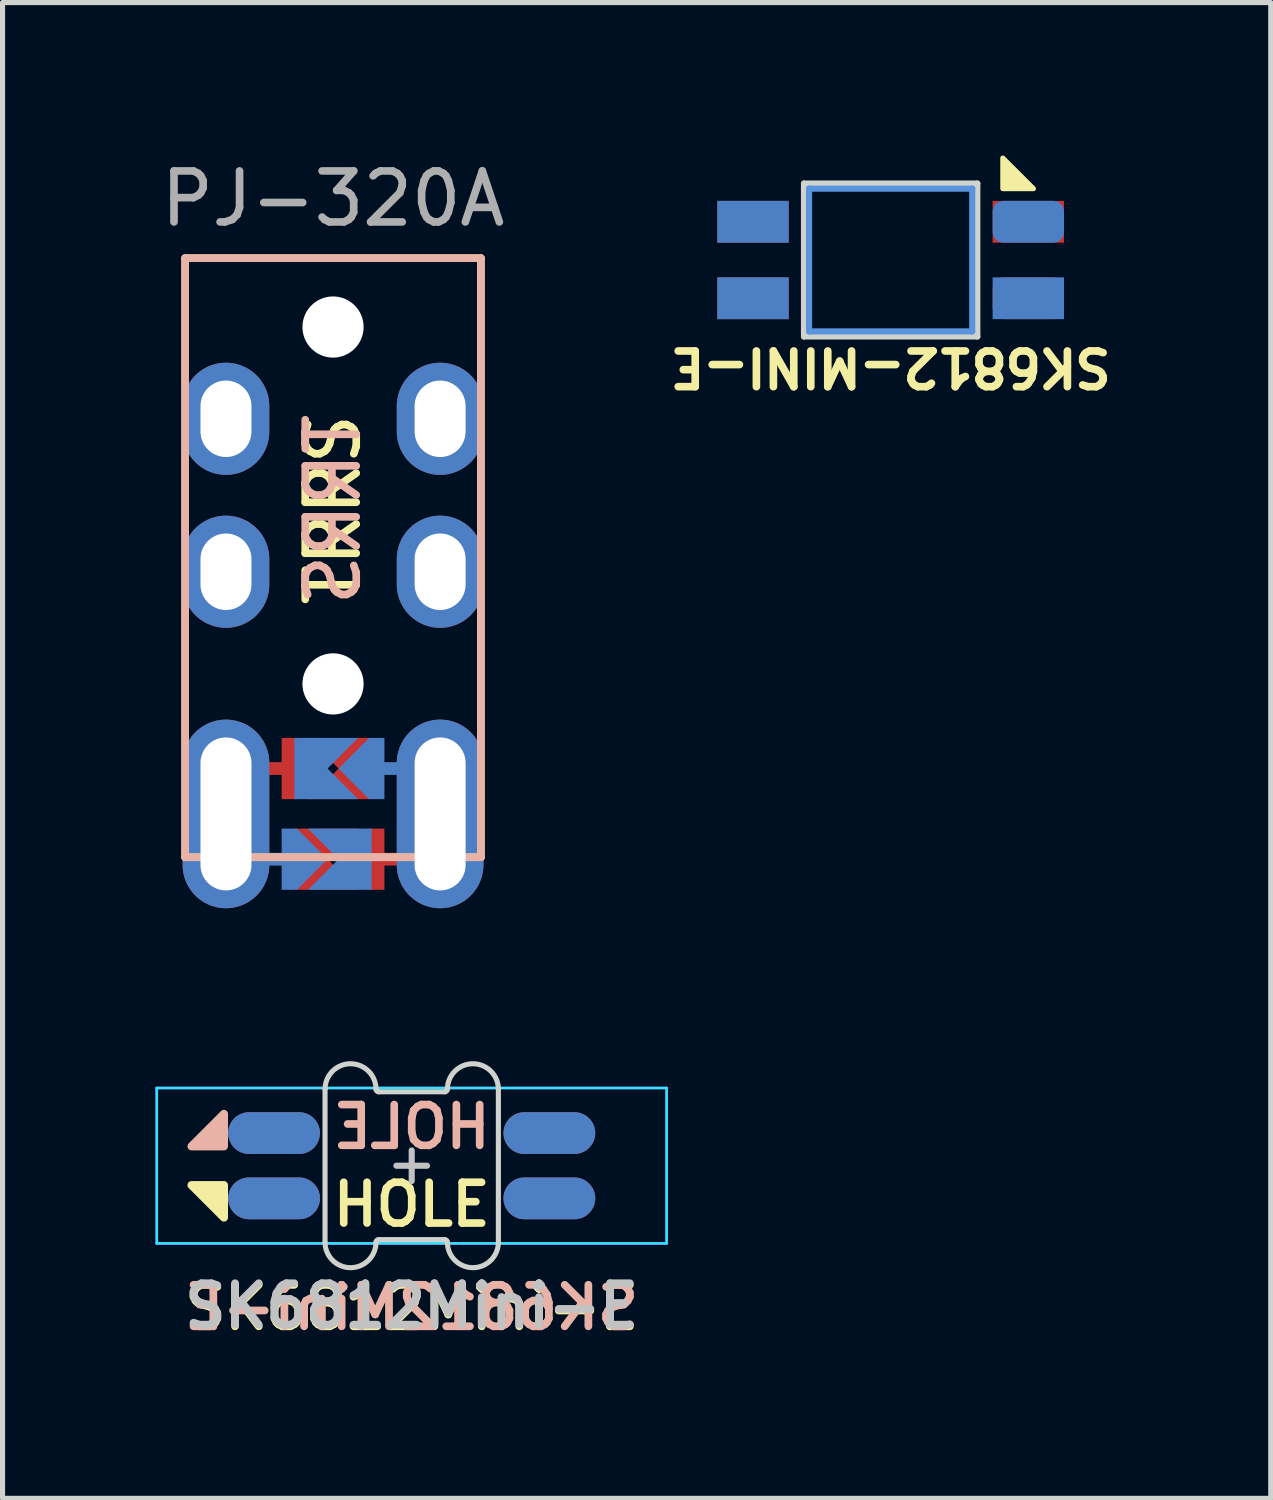
<source format=kicad_pcb>
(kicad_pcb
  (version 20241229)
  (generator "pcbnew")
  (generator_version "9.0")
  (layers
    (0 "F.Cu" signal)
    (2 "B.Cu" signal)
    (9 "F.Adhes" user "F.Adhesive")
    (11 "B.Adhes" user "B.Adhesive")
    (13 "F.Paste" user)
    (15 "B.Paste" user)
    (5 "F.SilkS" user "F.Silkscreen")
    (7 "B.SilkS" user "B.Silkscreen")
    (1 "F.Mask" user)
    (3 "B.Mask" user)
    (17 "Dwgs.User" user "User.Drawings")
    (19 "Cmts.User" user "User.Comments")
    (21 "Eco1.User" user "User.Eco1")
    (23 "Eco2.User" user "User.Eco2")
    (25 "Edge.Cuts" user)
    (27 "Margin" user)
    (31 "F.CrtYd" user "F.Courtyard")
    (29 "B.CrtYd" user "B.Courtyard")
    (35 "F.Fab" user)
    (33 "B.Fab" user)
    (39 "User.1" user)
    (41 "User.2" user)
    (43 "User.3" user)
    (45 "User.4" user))
  (footprint "SK6812Mini-E"
    (layer "F.Cu")
    (at 5.025 19.814)
    (property "Reference" "SK6812Mini-E" (at 0 2.75 0) (layer "Dwgs.User") (effects (font (size 0.813 0.813) (thickness 0.152))))
    (attr through_hole)
    (fp_poly (pts (xy -4.318 0.381) (xy -3.683 0.381) (xy -3.683 1.016)) (stroke (width 0.16) (type solid)) (fill yes) (layer "F.SilkS"))
    (fp_poly (pts (xy -3.683 -1.016) (xy -3.683 -0.381) (xy -4.318 -0.381)) (stroke (width 0.16) (type solid)) (fill yes) (layer "B.SilkS"))
    (fp_line (start -0.3 0) (end 0.3 0) (stroke (width 0.12) (type solid)) (layer "Dwgs.User"))
    (fp_line (start 0 0.3) (end 0 -0.3) (stroke (width 0.12) (type solid)) (layer "Dwgs.User"))
    (fp_line (start -1.7 -1.5) (end -1.7 1.5) (stroke (width 0.1) (type solid)) (layer "Edge.Cuts"))
    (fp_line (start -0.65 -1.45) (end 0.65 -1.45) (stroke (width 0.1) (type solid)) (layer "Edge.Cuts"))
    (fp_line (start -0.65 1.45) (end 0.65 1.45) (stroke (width 0.1) (type solid)) (layer "Edge.Cuts"))
    (fp_line (start 1.7 1.5) (end 1.7 -1.5) (stroke (width 0.1) (type solid)) (layer "Edge.Cuts"))
    (fp_arc (start -1.7 -1.5) (mid -1.2 -2) (end -0.7 -1.5) (stroke (width 0.1) (type solid)) (layer "Edge.Cuts"))
    (fp_arc (start -0.7 1.5) (mid -1.2 2) (end -1.7 1.5) (stroke (width 0.1) (type solid)) (layer "Edge.Cuts"))
    (fp_arc (start -0.7 1.5) (mid -0.685355 1.464645) (end -0.65 1.45) (stroke (width 0.1) (type solid)) (layer "Edge.Cuts"))
    (fp_arc (start -0.65 -1.45) (mid -0.685355 -1.464645) (end -0.7 -1.5) (stroke (width 0.1) (type solid)) (layer "Edge.Cuts"))
    (fp_arc (start 0.65 1.45) (mid 0.685355 1.464645) (end 0.7 1.5) (stroke (width 0.1) (type solid)) (layer "Edge.Cuts"))
    (fp_arc (start 0.7 -1.5) (mid 0.685355 -1.464645) (end 0.65 -1.45) (stroke (width 0.1) (type solid)) (layer "Edge.Cuts"))
    (fp_arc (start 0.7 -1.5) (mid 1.2 -2) (end 1.7 -1.5) (stroke (width 0.1) (type solid)) (layer "Edge.Cuts"))
    (fp_arc (start 1.7 1.5) (mid 1.2 2) (end 0.7 1.5) (stroke (width 0.1) (type solid)) (layer "Edge.Cuts"))
    (fp_line (start -5 -1.524) (end 5 -1.524) (stroke (width 0.05) (type solid)) (layer "B.CrtYd"))
    (fp_line (start -5 1.524) (end -5 -1.524) (stroke (width 0.05) (type solid)) (layer "B.CrtYd"))
    (fp_line (start 5 -1.524) (end 5 1.524) (stroke (width 0.05) (type solid)) (layer "B.CrtYd"))
    (fp_line (start 5 1.524) (end -5 1.524) (stroke (width 0.05) (type solid)) (layer "B.CrtYd"))
    (fp_line (start -5 -1.524) (end -5 1.524) (stroke (width 0.05) (type solid)) (layer "F.CrtYd"))
    (fp_line (start -5 -1.524) (end 5 -1.524) (stroke (width 0.05) (type solid)) (layer "F.CrtYd"))
    (fp_line (start 5 -1.524) (end 5 1.524) (stroke (width 0.05) (type solid)) (layer "F.CrtYd"))
    (fp_line (start 5 1.524) (end -5 1.524) (stroke (width 0.05) (type solid)) (layer "F.CrtYd"))
    (fp_text user "${REFERENCE}" (at 0 2.781 0) (layer "F.SilkS") (effects (font (size 0.813 0.813) (thickness 0.152))))
    (fp_text user "HOLE" (at 0 0.762 0) (layer "F.SilkS") (effects (font (size 0.8 0.8) (thickness 0.15))))
    (fp_text user "${REFERENCE}" (at 0 2.781 0) (layer "B.SilkS") (effects (font (size 0.813 0.813) (thickness 0.152)) (justify mirror)))
    (fp_text user "HOLE" (at 0 -0.762 0) (layer "B.SilkS") (effects (font (size 0.8 0.8) (thickness 0.15)) (justify mirror)))
    (pad "1" smd oval (at 2.7 -0.64) (size 1.8 0.82) (layers "F.Cu" "F.Mask" "F.Paste"))
    (pad "1" smd oval (at 2.7 0.64) (size 1.8 0.82) (layers "B.Cu" "B.Mask" "B.Paste"))
    (pad "2" smd oval (at 2.7 -0.64) (size 1.8 0.82) (layers "B.Cu" "B.Mask" "B.Paste"))
    (pad "2" smd oval (at 2.7 0.64) (size 1.8 0.82) (layers "F.Cu" "F.Mask" "F.Paste"))
    (pad "3" smd oval (at -2.7 -0.64) (size 1.8 0.82) (layers "B.Cu" "B.Mask" "B.Paste"))
    (pad "3" smd oval (at -2.7 0.64) (size 1.8 0.82) (layers "F.Cu" "F.Mask" "F.Paste"))
    (pad "4" smd oval (at -2.7 -0.64) (size 1.8 0.82) (layers "F.Cu" "F.Mask" "F.Paste"))
    (pad "4" smd oval (at -2.7 0.64) (size 1.8 0.82) (layers "B.Cu" "B.Mask" "B.Paste")))
  (footprint "PJ-320A"
    (layer "F.Cu")
    (at 3.482 1.864)
    (property "Reference" "PJ-320A" (at 0 -1.016 0) (layer "F.Fab") (effects (font (size 1 1) (thickness 0.15))))
    (attr through_hole)
    (fp_line (start -2.9 0.15) (end 2.9 0.15) (stroke (width 0.15) (type solid)) (layer "F.SilkS"))
    (fp_line (start -2.9 11.9) (end -2.9 0.15) (stroke (width 0.15) (type solid)) (layer "F.SilkS"))
    (fp_line (start 2.9 0.15) (end 2.9 11.9) (stroke (width 0.15) (type solid)) (layer "F.SilkS"))
    (fp_line (start 2.9 11.9) (end -2.9 11.9) (stroke (width 0.15) (type solid)) (layer "F.SilkS"))
    (fp_line (start -2.9 0.15) (end -2.9 11.9) (stroke (width 0.15) (type solid)) (layer "B.SilkS"))
    (fp_line (start -2.9 11.9) (end 2.9 11.9) (stroke (width 0.15) (type solid)) (layer "B.SilkS"))
    (fp_line (start 2.9 0.15) (end -2.9 0.15) (stroke (width 0.15) (type solid)) (layer "B.SilkS"))
    (fp_line (start 2.9 11.9) (end 2.9 0.15) (stroke (width 0.15) (type solid)) (layer "B.SilkS"))
    (fp_text user "TRRS" (at 0 5.08 90) (layer "F.SilkS") (effects (font (size 1 1) (thickness 0.15))))
    (fp_text user "TRRS" (at 0 5.08 90) (layer "B.SilkS") (effects (font (size 1 1) (thickness 0.15)) (justify mirror)))
    (pad "" thru_hole oval (at -2.1 11.05 180) (size 1.7 3.7) (drill oval 1 3) (layers "*.Cu" "*.Mask"))
    (pad "" smd custom (at -1.016 10.16 90) (size 0.25 1) (layers "F.Cu") (options (anchor rect)) (primitives))
    (pad "" smd custom (at -1.016 11.938 90) (size 0.25 1) (layers "B.Cu") (options (anchor rect)) (primitives))
    (pad "" smd custom (at -0.508 10.16 90) (size 0.1 0.1) (layers "F.Cu" "F.Mask") (options (anchor rect)) (primitives (gr_poly (pts (xy 0.6 -0.5) (xy -0.6 -0.5) (xy -0.6 -0.2) (xy 0 0.4) (xy 0.6 -0.2)) (width 0) (fill yes))))
    (pad "" smd custom (at -0.508 11.938 90) (size 0.1 0.1) (layers "B.Cu" "B.Mask") (options (anchor rect)) (primitives (gr_poly (pts (xy 0.6 -0.5) (xy -0.6 -0.5) (xy -0.6 -0.2) (xy 0 0.4) (xy 0.6 -0.2)) (width 0) (fill yes))))
    (pad "" np_thru_hole circle (at 0 1.5) (size 1.2 1.2) (drill 1.2) (layers "*.Cu" "*.Mask"))
    (pad "" np_thru_hole circle (at 0 8.5) (size 1.2 1.2) (drill 1.2) (layers "*.Cu" "*.Mask"))
    (pad "" smd custom (at 0.508 10.16 270) (size 0.1 0.1) (layers "B.Cu" "B.Mask") (options (anchor rect)) (primitives (gr_poly (pts (xy 0.6 -0.5) (xy -0.6 -0.5) (xy -0.6 -0.2) (xy 0 0.4) (xy 0.6 -0.2)) (width 0) (fill yes))))
    (pad "" smd custom (at 0.508 11.938 270) (size 0.1 0.1) (layers "F.Cu" "F.Mask") (options (anchor rect)) (primitives (gr_poly (pts (xy 0.6 -0.5) (xy -0.6 -0.5) (xy -0.6 -0.2) (xy 0 0.4) (xy 0.6 -0.2)) (width 0) (fill yes))))
    (pad "" smd custom (at 1.016 10.16 90) (size 0.25 1) (layers "B.Cu") (options (anchor rect)) (primitives))
    (pad "" smd custom (at 1.016 11.938 90) (size 0.25 1) (layers "F.Cu") (options (anchor rect)) (primitives))
    (pad "" thru_hole oval (at 2.1 11.05 180) (size 1.7 3.7) (drill oval 1 3) (layers "*.Cu" "*.Mask"))
    (pad "A" smd custom (at -0.508 11.938 270) (size 1.2 0.5) (layers "F.Cu" "F.Mask") (options (anchor rect)) (primitives (gr_poly (pts (xy 0.6 0) (xy -0.6 0) (xy -0.6 -1) (xy 0 -0.4) (xy 0.6 -1)) (width 0) (fill yes))))
    (pad "A" smd custom (at 0.508 11.938 90) (size 1.2 0.5) (layers "B.Cu" "B.Mask") (options (anchor rect)) (primitives (gr_poly (pts (xy 0.6 0) (xy -0.6 0) (xy -0.6 -1) (xy 0 -0.4) (xy 0.6 -1)) (width 0) (fill yes))))
    (pad "B" thru_hole oval (at -2.1 3.3 180) (size 1.7 2.2) (drill oval 1 1.5) (layers "*.Cu" "F.Mask"))
    (pad "B" thru_hole oval (at 2.1 3.3) (size 1.7 2.2) (drill oval 1 1.5) (layers "*.Cu" "B.Mask"))
    (pad "C" thru_hole oval (at -2.1 6.3 180) (size 1.7 2.2) (drill oval 1 1.5) (layers "*.Cu" "F.Mask"))
    (pad "C" thru_hole oval (at 2.1 6.3) (size 1.7 2.2) (drill oval 1 1.5) (layers "*.Cu" "B.Mask"))
    (pad "D" smd custom (at -0.508 10.16 270) (size 1.2 0.5) (layers "B.Cu" "B.Mask") (options (anchor rect)) (primitives (gr_poly (pts (xy 0.6 0) (xy -0.6 0) (xy -0.6 -1) (xy 0 -0.4) (xy 0.6 -1)) (width 0) (fill yes))))
    (pad "D" smd custom (at 0.508 10.16 90) (size 1.2 0.5) (layers "F.Cu" "F.Mask") (options (anchor rect)) (primitives (gr_poly (pts (xy 0.6 0) (xy -0.6 0) (xy -0.6 -1) (xy 0 -0.4) (xy 0.6 -1)) (width 0) (fill yes)))))
  (footprint "SK6812-MINI-E"
    (layer "F.Cu")
    (at 14.419 2.05)
    (property "Reference" "SK6812-MINI-E" (at 0 2.1 180) (unlocked yes) (layer "F.SilkS") (effects (font (size 0.7 0.7) (thickness 0.15))))
    (attr through_hole)
    (fp_poly (pts (xy 2.8 -1.4) (xy 2.2 -1.4) (xy 2.2 -2)) (stroke (width 0.1) (type solid)) (fill yes) (layer "F.SilkS"))
    (fp_line (start -1.6 -1.4) (end 1.6 -1.4) (stroke (width 0.12) (type solid)) (layer "Cmts.User"))
    (fp_line (start -1.6 1.4) (end -1.6 -1.4) (stroke (width 0.12) (type solid)) (layer "Cmts.User"))
    (fp_line (start 1.6 -1.4) (end 1.6 1.4) (stroke (width 0.12) (type solid)) (layer "Cmts.User"))
    (fp_line (start 1.6 1.4) (end -1.6 1.4) (stroke (width 0.12) (type solid)) (layer "Cmts.User"))
    (fp_line (start -1.7 -1.5) (end 1.7 -1.5) (stroke (width 0.12) (type solid)) (layer "Edge.Cuts"))
    (fp_line (start -1.7 1.5) (end -1.7 -1.5) (stroke (width 0.12) (type solid)) (layer "Edge.Cuts"))
    (fp_line (start 1.7 -1.5) (end 1.7 1.5) (stroke (width 0.12) (type solid)) (layer "Edge.Cuts"))
    (fp_line (start 1.7 1.5) (end -1.7 1.5) (stroke (width 0.12) (type solid)) (layer "Edge.Cuts"))
    (pad "1" smd rect (at -2.7 -0.75) (size 1.4 0.82) (layers "F.Cu" "F.Mask" "F.Paste"))
    (pad "1" smd rect (at -2.7 0.75) (size 1.4 0.82) (layers "B.Cu" "B.Mask" "B.Paste"))
    (pad "2" smd rect (at 2.7 -0.75) (size 1.4 0.82) (layers "F.Cu" "F.Mask" "F.Paste"))
    (pad "2" smd rect (at 2.7 0.75) (size 1.4 0.82) (layers "B.Cu" "B.Mask" "B.Paste"))
    (pad "3" smd roundrect (at 2.7 -0.75) (size 1.4 0.82) (layers "B.Cu" "B.Mask" "B.Paste") (roundrect_rratio 0.25))
    (pad "3" smd roundrect (at 2.7 0.75) (size 1.4 0.82) (layers "F.Cu" "F.Mask" "F.Paste") (roundrect_rratio 0.25))
    (pad "4" smd rect (at -2.7 -0.75) (size 1.4 0.82) (layers "B.Cu" "B.Mask" "B.Paste"))
    (pad "4" smd rect (at -2.7 0.75) (size 1.4 0.82) (layers "F.Cu" "F.Mask" "F.Paste")))
  (gr_rect
    (start -3 -3)
    (end 21.874 26.338)
    (stroke (width 0.1) (type default))
    (fill no)
    (layer "Edge.Cuts")))
</source>
